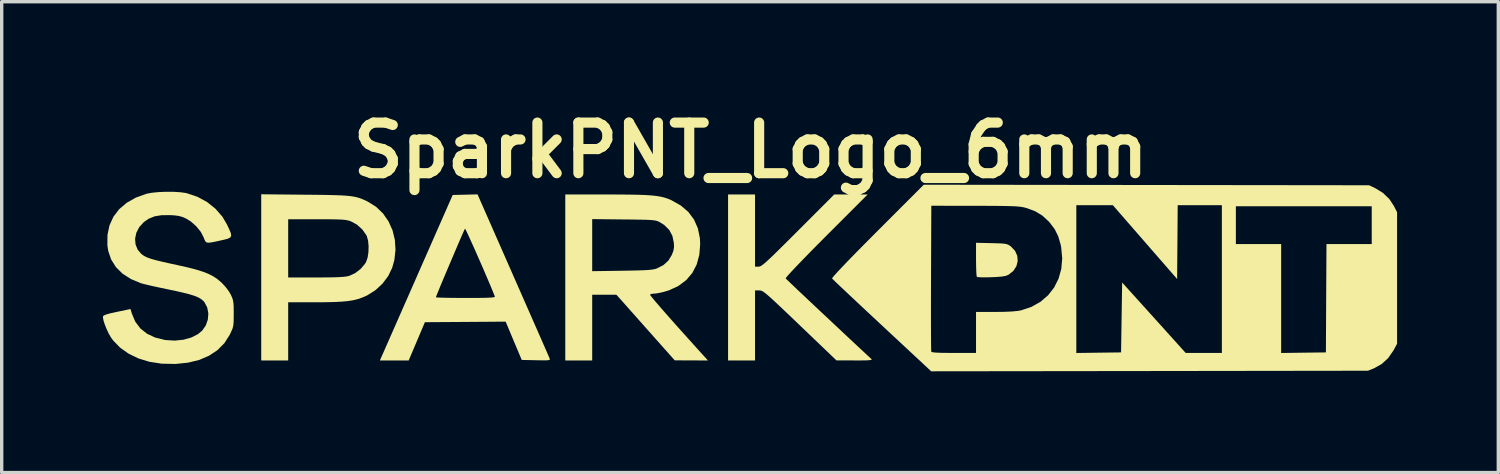
<source format=kicad_pcb>
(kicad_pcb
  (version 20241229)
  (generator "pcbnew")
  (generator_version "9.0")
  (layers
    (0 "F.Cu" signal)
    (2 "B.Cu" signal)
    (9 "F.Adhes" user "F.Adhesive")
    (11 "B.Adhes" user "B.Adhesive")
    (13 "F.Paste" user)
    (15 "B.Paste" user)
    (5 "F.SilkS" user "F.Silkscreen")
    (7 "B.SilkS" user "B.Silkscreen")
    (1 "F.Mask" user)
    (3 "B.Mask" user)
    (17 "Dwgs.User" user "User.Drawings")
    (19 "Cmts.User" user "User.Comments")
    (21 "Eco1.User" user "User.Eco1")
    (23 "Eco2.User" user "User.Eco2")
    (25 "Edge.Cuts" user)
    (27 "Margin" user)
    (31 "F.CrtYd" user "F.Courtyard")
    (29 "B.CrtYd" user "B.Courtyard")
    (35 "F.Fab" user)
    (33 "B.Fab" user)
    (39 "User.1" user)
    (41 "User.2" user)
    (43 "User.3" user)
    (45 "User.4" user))
  (footprint "SparkPNT_Logo_6mm"
    (layer "F.Cu")
    (at 19.196 5.204)
    (property "Reference" "SparkPNT_Logo_6mm" (at 0 -3.8 0) (layer "F.SilkS") (effects (font (size 1.5 1.5) (thickness 0.3))))
    (attr board_only exclude_from_pos_files exclude_from_bom)
    (fp_poly (pts (xy 7.135 -1.049) (xy 7.316 -1.044) (xy 7.444 -1.039) (xy 7.534 -1.03) (xy 7.597 -1.016) (xy 7.646 -0.994) (xy 7.693 -0.962) (xy 7.714 -0.946) (xy 7.834 -0.82) (xy 7.899 -0.673) (xy 7.912 -0.518) (xy 7.873 -0.365) (xy 7.784 -0.228) (xy 7.646 -0.116) (xy 7.624 -0.105) (xy 7.552 -0.078) (xy 7.443 -0.059) (xy 7.287 -0.046) (xy 7.125 -0.039) (xy 6.971 -0.035) (xy 6.84 -0.036) (xy 6.747 -0.041) (xy 6.702 -0.049) (xy 6.701 -0.05) (xy 6.693 -0.089) (xy 6.686 -0.18) (xy 6.681 -0.312) (xy 6.678 -0.473) (xy 6.677 -0.567) (xy 6.677 -1.059)) (stroke (width 0) (type solid)) (fill yes) (layer "F.SilkS"))
    (fp_poly (pts (xy 0.128 -1.422) (xy 0.128 -0.351) (xy 0.232 -0.351) (xy 0.259 -0.355) (xy 0.292 -0.367) (xy 0.334 -0.393) (xy 0.389 -0.435) (xy 0.462 -0.497) (xy 0.556 -0.584) (xy 0.676 -0.698) (xy 0.825 -0.844) (xy 1.009 -1.026) (xy 1.23 -1.246) (xy 1.406 -1.422) (xy 2.476 -2.492) (xy 2.971 -2.492) (xy 3.466 -2.492) (xy 2.24 -1.266) (xy 1.99 -1.015) (xy 1.762 -0.784) (xy 1.559 -0.576) (xy 1.385 -0.395) (xy 1.242 -0.244) (xy 1.134 -0.127) (xy 1.064 -0.047) (xy 1.036 -0.007) (xy 1.036 -0.004) (xy 1.061 0.022) (xy 1.128 0.086) (xy 1.232 0.185) (xy 1.366 0.313) (xy 1.527 0.465) (xy 1.709 0.637) (xy 1.907 0.823) (xy 2.116 1.02) (xy 2.331 1.221) (xy 2.546 1.423) (xy 2.757 1.621) (xy 2.958 1.809) (xy 3.144 1.983) (xy 3.311 2.138) (xy 3.452 2.27) (xy 3.564 2.373) (xy 3.577 2.385) (xy 3.586 2.401) (xy 3.567 2.412) (xy 3.513 2.42) (xy 3.418 2.425) (xy 3.272 2.427) (xy 3.082 2.427) (xy 2.54 2.425) (xy 1.457 1.388) (xy 1.205 1.147) (xy 0.995 0.947) (xy 0.821 0.783) (xy 0.681 0.652) (xy 0.57 0.551) (xy 0.483 0.475) (xy 0.416 0.421) (xy 0.365 0.386) (xy 0.325 0.365) (xy 0.292 0.355) (xy 0.262 0.352) (xy 0.251 0.351) (xy 0.128 0.351) (xy 0.128 1.39) (xy 0.128 2.428) (xy -0.272 2.428) (xy -0.671 2.428) (xy -0.671 -0.032) (xy -0.671 -2.492) (xy -0.272 -2.492) (xy 0.128 -2.492)) (stroke (width 0) (type solid)) (fill yes) (layer "F.SilkS"))
    (fp_poly (pts (xy -13.203 -2.484) (xy -12.857 -2.481) (xy -12.569 -2.477) (xy -12.329 -2.471) (xy -12.133 -2.464) (xy -11.973 -2.454) (xy -11.842 -2.44) (xy -11.732 -2.422) (xy -11.637 -2.399) (xy -11.55 -2.37) (xy -11.464 -2.334) (xy -11.371 -2.291) (xy -11.349 -2.28) (xy -11.103 -2.127) (xy -10.897 -1.93) (xy -10.734 -1.696) (xy -10.615 -1.432) (xy -10.545 -1.148) (xy -10.526 -0.85) (xy -10.56 -0.546) (xy -10.624 -0.319) (xy -10.742 -0.074) (xy -10.912 0.152) (xy -11.122 0.346) (xy -11.362 0.497) (xy -11.386 0.509) (xy -11.513 0.564) (xy -11.641 0.609) (xy -11.779 0.643) (xy -11.936 0.668) (xy -12.122 0.685) (xy -12.345 0.696) (xy -12.616 0.702) (xy -12.89 0.703) (xy -13.706 0.703) (xy -13.706 1.566) (xy -13.706 2.428) (xy -14.106 2.428) (xy -14.505 2.428) (xy -14.505 -0.034) (xy -14.505 -0.895) (xy -13.706 -0.895) (xy -13.706 -0.032) (xy -12.882 -0.032) (xy -12.605 -0.033) (xy -12.384 -0.036) (xy -12.211 -0.041) (xy -12.08 -0.05) (xy -11.982 -0.061) (xy -11.909 -0.076) (xy -11.898 -0.079) (xy -11.724 -0.159) (xy -11.561 -0.283) (xy -11.431 -0.435) (xy -11.397 -0.491) (xy -11.353 -0.619) (xy -11.328 -0.782) (xy -11.323 -0.958) (xy -11.339 -1.125) (xy -11.376 -1.258) (xy -11.386 -1.278) (xy -11.509 -1.454) (xy -11.67 -1.599) (xy -11.845 -1.694) (xy -11.902 -1.713) (xy -11.962 -1.728) (xy -12.034 -1.739) (xy -12.127 -1.747) (xy -12.249 -1.752) (xy -12.409 -1.755) (xy -12.616 -1.757) (xy -12.861 -1.757) (xy -13.706 -1.757) (xy -13.706 -0.895) (xy -14.505 -0.895) (xy -14.505 -2.497)) (stroke (width 0) (type solid)) (fill yes) (layer "F.SilkS"))
    (fp_poly (pts (xy -7.037 -0.089) (xy -6.874 0.282) (xy -6.718 0.637) (xy -6.571 0.971) (xy -6.435 1.281) (xy -6.312 1.56) (xy -6.204 1.806) (xy -6.113 2.014) (xy -6.041 2.178) (xy -5.99 2.296) (xy -5.962 2.361) (xy -5.957 2.373) (xy -5.952 2.396) (xy -5.965 2.412) (xy -6.005 2.421) (xy -6.082 2.424) (xy -6.205 2.424) (xy -6.36 2.421) (xy -6.785 2.412) (xy -7.024 1.845) (xy -7.262 1.277) (xy -8.459 1.286) (xy -9.655 1.294) (xy -9.895 1.861) (xy -10.136 2.428) (xy -10.563 2.428) (xy -10.989 2.428) (xy -10.957 2.356) (xy -10.94 2.316) (xy -10.898 2.223) (xy -10.835 2.079) (xy -10.752 1.891) (xy -10.652 1.662) (xy -10.535 1.398) (xy -10.405 1.102) (xy -10.263 0.779) (xy -10.164 0.555) (xy -9.329 0.555) (xy -9.299 0.56) (xy -9.212 0.565) (xy -9.078 0.569) (xy -8.905 0.572) (xy -8.7 0.574) (xy -8.472 0.575) (xy -8.447 0.575) (xy -8.177 0.575) (xy -7.965 0.573) (xy -7.806 0.569) (xy -7.693 0.564) (xy -7.622 0.556) (xy -7.587 0.546) (xy -7.581 0.535) (xy -7.629 0.414) (xy -7.693 0.258) (xy -7.77 0.076) (xy -7.856 -0.125) (xy -7.947 -0.337) (xy -8.041 -0.551) (xy -8.133 -0.761) (xy -8.221 -0.959) (xy -8.301 -1.135) (xy -8.368 -1.283) (xy -8.421 -1.395) (xy -8.455 -1.462) (xy -8.467 -1.479) (xy -8.484 -1.445) (xy -8.522 -1.36) (xy -8.578 -1.233) (xy -8.647 -1.073) (xy -8.727 -0.887) (xy -8.813 -0.684) (xy -8.903 -0.473) (xy -8.993 -0.261) (xy -9.079 -0.057) (xy -9.158 0.131) (xy -9.226 0.295) (xy -9.279 0.425) (xy -9.315 0.514) (xy -9.329 0.554) (xy -9.329 0.555) (xy -10.164 0.555) (xy -10.111 0.434) (xy -9.951 0.071) (xy -9.878 -0.096) (xy -8.831 -2.476) (xy -8.463 -2.485) (xy -8.095 -2.494)) (stroke (width 0) (type solid)) (fill yes) (layer "F.SilkS"))
    (fp_poly (pts (xy -4.257 -2.491) (xy -3.892 -2.49) (xy -3.584 -2.487) (xy -3.326 -2.482) (xy -3.112 -2.474) (xy -2.934 -2.462) (xy -2.787 -2.446) (xy -2.663 -2.425) (xy -2.556 -2.399) (xy -2.459 -2.367) (xy -2.365 -2.328) (xy -2.346 -2.319) (xy -2.07 -2.163) (xy -1.848 -1.973) (xy -1.68 -1.747) (xy -1.566 -1.489) (xy -1.506 -1.197) (xy -1.497 -1.021) (xy -1.523 -0.7) (xy -1.602 -0.413) (xy -1.732 -0.163) (xy -1.913 0.048) (xy -2.143 0.22) (xy -2.419 0.348) (xy -2.579 0.397) (xy -2.7 0.424) (xy -2.811 0.443) (xy -2.87 0.447) (xy -2.944 0.456) (xy -2.985 0.475) (xy -2.968 0.505) (xy -2.91 0.578) (xy -2.814 0.693) (xy -2.682 0.846) (xy -2.518 1.034) (xy -2.323 1.255) (xy -2.1 1.505) (xy -1.852 1.781) (xy -1.582 2.081) (xy -1.332 2.356) (xy -1.267 2.428) (xy -1.76 2.426) (xy -2.252 2.424) (xy -3.115 1.453) (xy -3.978 0.481) (xy -4.337 0.48) (xy -4.697 0.479) (xy -4.697 1.454) (xy -4.697 2.428) (xy -5.096 2.428) (xy -5.495 2.428) (xy -5.495 -0.032) (xy -5.495 -0.989) (xy -4.697 -0.989) (xy -4.697 -0.218) (xy -3.81 -0.231) (xy -3.536 -0.236) (xy -3.318 -0.241) (xy -3.148 -0.247) (xy -3.019 -0.255) (xy -2.922 -0.266) (xy -2.849 -0.278) (xy -2.793 -0.294) (xy -2.782 -0.299) (xy -2.587 -0.398) (xy -2.441 -0.53) (xy -2.34 -0.695) (xy -2.292 -0.818) (xy -2.273 -0.924) (xy -2.277 -1.051) (xy -2.277 -1.053) (xy -2.321 -1.265) (xy -2.415 -1.441) (xy -2.563 -1.587) (xy -2.699 -1.673) (xy -2.739 -1.692) (xy -2.782 -1.708) (xy -2.836 -1.72) (xy -2.908 -1.73) (xy -3.006 -1.737) (xy -3.138 -1.742) (xy -3.312 -1.745) (xy -3.536 -1.749) (xy -3.762 -1.751) (xy -4.697 -1.761) (xy -4.697 -0.989) (xy -5.495 -0.989) (xy -5.495 -2.492)) (stroke (width 0) (type solid)) (fill yes) (layer "F.SilkS"))
    (fp_poly (pts (xy 11.726 -2.772) (xy 18.323 -2.764) (xy 18.504 -2.679) (xy 18.735 -2.538) (xy 18.925 -2.355) (xy 19.06 -2.15) (xy 19.154 -1.965) (xy 19.154 -0.016) (xy 19.154 1.933) (xy 19.044 2.135) (xy 18.889 2.359) (xy 18.694 2.536) (xy 18.472 2.659) (xy 18.291 2.732) (xy 11.82 2.741) (xy 5.349 2.749) (xy 3.891 1.392) (xy 3.634 1.152) (xy 3.49 1.018) (xy 5.341 1.018) (xy 5.341 1.311) (xy 5.342 1.57) (xy 5.343 1.789) (xy 5.345 1.963) (xy 5.347 2.086) (xy 5.349 2.154) (xy 5.35 2.165) (xy 5.372 2.179) (xy 5.43 2.19) (xy 5.529 2.197) (xy 5.677 2.202) (xy 5.878 2.204) (xy 6.022 2.205) (xy 6.677 2.205) (xy 6.677 1.597) (xy 6.677 0.99) (xy 7.245 0.99) (xy 7.526 0.986) (xy 7.749 0.976) (xy 7.919 0.959) (xy 8.014 0.942) (xy 8.319 0.84) (xy 8.586 0.69) (xy 8.811 0.497) (xy 8.991 0.267) (xy 9.116 0.017) (xy 9.649 0.017) (xy 9.649 2.206) (xy 10.312 2.197) (xy 10.975 2.189) (xy 10.991 1.153) (xy 11.007 0.118) (xy 11.949 1.161) (xy 12.89 2.205) (xy 13.426 2.205) (xy 13.962 2.205) (xy 13.962 0.016) (xy 13.962 -1.582) (xy 14.377 -1.582) (xy 14.377 -1.022) (xy 15.048 -1.022) (xy 15.719 -1.022) (xy 15.719 0.592) (xy 15.719 2.206) (xy 16.382 2.197) (xy 17.045 2.189) (xy 17.053 0.583) (xy 17.062 -1.022) (xy 17.732 -1.022) (xy 18.403 -1.022) (xy 18.403 -1.582) (xy 18.403 -2.141) (xy 16.39 -2.141) (xy 14.377 -2.141) (xy 14.377 -1.582) (xy 13.962 -1.582) (xy 13.962 -2.173) (xy 13.307 -2.173) (xy 12.653 -2.173) (xy 12.645 -1.079) (xy 12.636 0.014) (xy 11.684 -1.079) (xy 10.732 -2.173) (xy 10.191 -2.173) (xy 9.649 -2.173) (xy 9.649 0.017) (xy 9.116 0.017) (xy 9.123 0.003) (xy 9.204 -0.287) (xy 9.231 -0.599) (xy 9.2 -0.929) (xy 9.188 -0.993) (xy 9.115 -1.246) (xy 9.009 -1.462) (xy 8.858 -1.662) (xy 8.831 -1.691) (xy 8.643 -1.864) (xy 8.435 -1.991) (xy 8.187 -2.085) (xy 8.147 -2.096) (xy 8.088 -2.111) (xy 8.023 -2.123) (xy 7.945 -2.132) (xy 7.846 -2.14) (xy 7.721 -2.145) (xy 7.562 -2.149) (xy 7.363 -2.152) (xy 7.117 -2.154) (xy 6.817 -2.155) (xy 6.646 -2.155) (xy 5.352 -2.157) (xy 5.343 -0.016) (xy 5.342 0.349) (xy 5.341 0.695) (xy 5.341 1.018) (xy 3.49 1.018) (xy 3.391 0.925) (xy 3.165 0.714) (xy 2.961 0.522) (xy 2.783 0.355) (xy 2.635 0.215) (xy 2.521 0.107) (xy 2.446 0.033) (xy 2.412 -0.001) (xy 2.411 -0.002) (xy 2.428 -0.032) (xy 2.49 -0.105) (xy 2.593 -0.218) (xy 2.736 -0.37) (xy 2.916 -0.558) (xy 3.133 -0.78) (xy 3.384 -1.034) (xy 3.666 -1.318) (xy 3.758 -1.41) (xy 5.128 -2.78)) (stroke (width 0) (type solid)) (fill yes) (layer "F.SilkS"))
    (fp_poly (pts (xy -17.108 -2.57) (xy -16.906 -2.558) (xy -16.742 -2.535) (xy -16.71 -2.528) (xy -16.395 -2.422) (xy -16.11 -2.267) (xy -15.862 -2.069) (xy -15.658 -1.835) (xy -15.528 -1.617) (xy -15.452 -1.457) (xy -15.406 -1.344) (xy -15.395 -1.268) (xy -15.422 -1.217) (xy -15.492 -1.181) (xy -15.609 -1.15) (xy -15.703 -1.129) (xy -15.877 -1.091) (xy -15.999 -1.068) (xy -16.08 -1.061) (xy -16.131 -1.074) (xy -16.164 -1.107) (xy -16.19 -1.162) (xy -16.207 -1.211) (xy -16.294 -1.38) (xy -16.427 -1.545) (xy -16.587 -1.688) (xy -16.733 -1.778) (xy -16.842 -1.825) (xy -16.95 -1.855) (xy -17.079 -1.872) (xy -17.206 -1.879) (xy -17.459 -1.877) (xy -17.666 -1.843) (xy -17.839 -1.773) (xy -17.985 -1.672) (xy -18.12 -1.523) (xy -18.206 -1.356) (xy -18.243 -1.181) (xy -18.229 -1.009) (xy -18.164 -0.852) (xy -18.057 -0.728) (xy -18.002 -0.687) (xy -17.939 -0.65) (xy -17.86 -0.615) (xy -17.756 -0.58) (xy -17.62 -0.542) (xy -17.444 -0.499) (xy -17.219 -0.448) (xy -16.997 -0.4) (xy -16.693 -0.332) (xy -16.443 -0.268) (xy -16.238 -0.204) (xy -16.069 -0.138) (xy -15.927 -0.065) (xy -15.803 0.018) (xy -15.688 0.115) (xy -15.671 0.131) (xy -15.562 0.249) (xy -15.463 0.381) (xy -15.408 0.476) (xy -15.37 0.558) (xy -15.345 0.631) (xy -15.33 0.712) (xy -15.322 0.817) (xy -15.32 0.963) (xy -15.32 1.04) (xy -15.321 1.204) (xy -15.325 1.321) (xy -15.336 1.41) (xy -15.357 1.487) (xy -15.393 1.57) (xy -15.44 1.669) (xy -15.596 1.914) (xy -15.801 2.121) (xy -16.051 2.287) (xy -16.343 2.412) (xy -16.675 2.493) (xy -17.043 2.531) (xy -17.444 2.523) (xy -17.476 2.52) (xy -17.823 2.466) (xy -18.145 2.367) (xy -18.436 2.226) (xy -18.688 2.047) (xy -18.893 1.835) (xy -18.956 1.748) (xy -19.023 1.634) (xy -19.086 1.499) (xy -19.141 1.362) (xy -19.18 1.24) (xy -19.196 1.148) (xy -19.195 1.124) (xy -19.173 1.097) (xy -19.11 1.069) (xy -19.001 1.037) (xy -18.837 1) (xy -18.782 0.988) (xy -18.379 0.904) (xy -18.34 1.035) (xy -18.239 1.276) (xy -18.089 1.476) (xy -17.892 1.634) (xy -17.65 1.748) (xy -17.364 1.819) (xy -17.336 1.823) (xy -17.067 1.839) (xy -16.81 1.813) (xy -16.577 1.748) (xy -16.379 1.647) (xy -16.256 1.545) (xy -16.148 1.391) (xy -16.087 1.216) (xy -16.072 1.033) (xy -16.105 0.858) (xy -16.185 0.705) (xy -16.22 0.665) (xy -16.281 0.612) (xy -16.362 0.564) (xy -16.47 0.518) (xy -16.613 0.472) (xy -16.798 0.424) (xy -17.032 0.37) (xy -17.278 0.319) (xy -17.482 0.276) (xy -17.676 0.234) (xy -17.846 0.195) (xy -17.98 0.163) (xy -18.064 0.14) (xy -18.068 0.139) (xy -18.365 0.016) (xy -18.613 -0.143) (xy -18.809 -0.336) (xy -18.951 -0.562) (xy -19.039 -0.817) (xy -19.064 -0.989) (xy -19.061 -1.296) (xy -19.001 -1.577) (xy -18.885 -1.831) (xy -18.715 -2.054) (xy -18.494 -2.243) (xy -18.224 -2.397) (xy -17.907 -2.511) (xy -17.892 -2.515) (xy -17.74 -2.543) (xy -17.545 -2.562) (xy -17.327 -2.571)) (stroke (width 0) (type solid)) (fill yes) (layer "F.SilkS")))
  (gr_rect
    (start -3 -3)
    (end 41.35 10.953)
    (stroke (width 0.1) (type default))
    (fill no)
    (layer "Edge.Cuts")))
</source>
